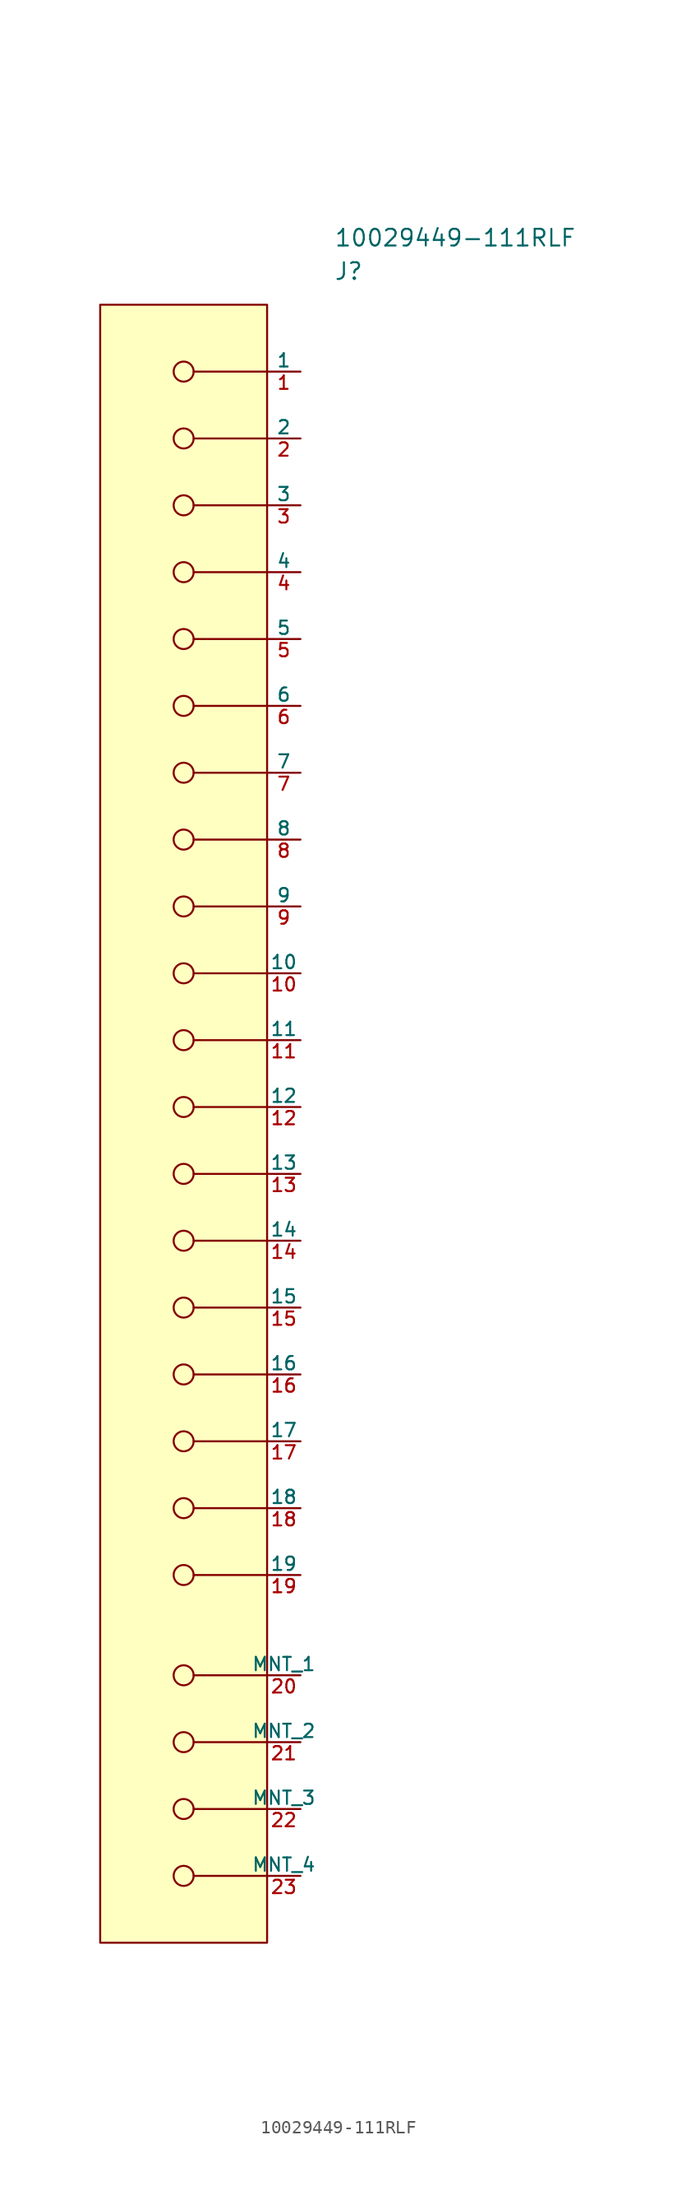
<source format=kicad_sym>
(kicad_symbol_lib
  (version 20211014)
  (generator kicad_symbol_editor)
  (symbol "10029449-111RLF"
    (pin_names
      (offset 0))
    (property "Reference" "J"
      (at 0 7.62 0)
      (effects (font (size 1.27 1.27)) (justify left)))
    (property "Value" "10029449-111RLF"
      (at 0 10.16 0)
      (effects (font (size 1.27 1.27)) (justify left)))
    (property "ki_locked" ""
      (at 0 0 0)
      (effects (font (size 1.27 1.27))))
    (symbol "10029449-111RLF_1_1"
      (rectangle (start -17.78 5.08) (end -5.08 -119.38) (stroke (width 0) (type default) (color 0 0 0 0)) (fill (type background)))
      (circle (center -11.43 -114.3) (radius 0.762) (stroke (width 0) (type default) (color 0 0 0 0)) (fill (type none)))
      (circle (center -11.43 -109.22) (radius 0.762) (stroke (width 0) (type default) (color 0 0 0 0)) (fill (type none)))
      (circle (center -11.43 -104.14) (radius 0.762) (stroke (width 0) (type default) (color 0 0 0 0)) (fill (type none)))
      (circle (center -11.43 -99.06) (radius 0.762) (stroke (width 0) (type default) (color 0 0 0 0)) (fill (type none)))
      (circle (center -11.43 -91.44) (radius 0.762) (stroke (width 0) (type default) (color 0 0 0 0)) (fill (type none)))
      (circle (center -11.43 -86.36) (radius 0.762) (stroke (width 0) (type default) (color 0 0 0 0)) (fill (type none)))
      (circle (center -11.43 -81.28) (radius 0.762) (stroke (width 0) (type default) (color 0 0 0 0)) (fill (type none)))
      (circle (center -11.43 -76.2) (radius 0.762) (stroke (width 0) (type default) (color 0 0 0 0)) (fill (type none)))
      (circle (center -11.43 -71.12) (radius 0.762) (stroke (width 0) (type default) (color 0 0 0 0)) (fill (type none)))
      (circle (center -11.43 -66.04) (radius 0.762) (stroke (width 0) (type default) (color 0 0 0 0)) (fill (type none)))
      (circle (center -11.43 -60.96) (radius 0.762) (stroke (width 0) (type default) (color 0 0 0 0)) (fill (type none)))
      (circle (center -11.43 -55.88) (radius 0.762) (stroke (width 0) (type default) (color 0 0 0 0)) (fill (type none)))
      (circle (center -11.43 -50.8) (radius 0.762) (stroke (width 0) (type default) (color 0 0 0 0)) (fill (type none)))
      (circle (center -11.43 -45.72) (radius 0.762) (stroke (width 0) (type default) (color 0 0 0 0)) (fill (type none)))
      (circle (center -11.43 -40.64) (radius 0.762) (stroke (width 0) (type default) (color 0 0 0 0)) (fill (type none)))
      (circle (center -11.43 -35.56) (radius 0.762) (stroke (width 0) (type default) (color 0 0 0 0)) (fill (type none)))
      (circle (center -11.43 -30.48) (radius 0.762) (stroke (width 0) (type default) (color 0 0 0 0)) (fill (type none)))
      (circle (center -11.43 -25.4) (radius 0.762) (stroke (width 0) (type default) (color 0 0 0 0)) (fill (type none)))
      (circle (center -11.43 -20.32) (radius 0.762) (stroke (width 0) (type default) (color 0 0 0 0)) (fill (type none)))
      (circle (center -11.43 -15.24) (radius 0.762) (stroke (width 0) (type default) (color 0 0 0 0)) (fill (type none)))
      (circle (center -11.43 -10.16) (radius 0.762) (stroke (width 0) (type default) (color 0 0 0 0)) (fill (type none)))
      (circle (center -11.43 -5.08) (radius 0.762) (stroke (width 0) (type default) (color 0 0 0 0)) (fill (type none)))
      (circle (center -11.43 0) (radius 0.762) (stroke (width 0) (type default) (color 0 0 0 0)) (fill (type none)))
      (polyline (pts (xy -10.668 -114.3) (xy -5.08 -114.3)) (stroke (width 0) (type default) (color 0 0 0 0)) (fill (type none)))
      (polyline (pts (xy -10.668 -109.22) (xy -5.08 -109.22)) (stroke (width 0) (type default) (color 0 0 0 0)) (fill (type none)))
      (polyline (pts (xy -10.668 -104.14) (xy -5.08 -104.14)) (stroke (width 0) (type default) (color 0 0 0 0)) (fill (type none)))
      (polyline (pts (xy -10.668 -99.06) (xy -5.08 -99.06)) (stroke (width 0) (type default) (color 0 0 0 0)) (fill (type none)))
      (polyline (pts (xy -10.668 -91.44) (xy -5.08 -91.44)) (stroke (width 0) (type default) (color 0 0 0 0)) (fill (type none)))
      (polyline (pts (xy -10.668 -86.36) (xy -5.08 -86.36)) (stroke (width 0) (type default) (color 0 0 0 0)) (fill (type none)))
      (polyline (pts (xy -10.668 -81.28) (xy -5.08 -81.28)) (stroke (width 0) (type default) (color 0 0 0 0)) (fill (type none)))
      (polyline (pts (xy -10.668 -76.2) (xy -5.08 -76.2)) (stroke (width 0) (type default) (color 0 0 0 0)) (fill (type none)))
      (polyline (pts (xy -10.668 -71.12) (xy -5.08 -71.12)) (stroke (width 0) (type default) (color 0 0 0 0)) (fill (type none)))
      (polyline (pts (xy -10.668 -66.04) (xy -5.08 -66.04)) (stroke (width 0) (type default) (color 0 0 0 0)) (fill (type none)))
      (polyline (pts (xy -10.668 -60.96) (xy -5.08 -60.96)) (stroke (width 0) (type default) (color 0 0 0 0)) (fill (type none)))
      (polyline (pts (xy -10.668 -55.88) (xy -5.08 -55.88)) (stroke (width 0) (type default) (color 0 0 0 0)) (fill (type none)))
      (polyline (pts (xy -10.668 -50.8) (xy -5.08 -50.8)) (stroke (width 0) (type default) (color 0 0 0 0)) (fill (type none)))
      (polyline (pts (xy -10.668 -45.72) (xy -5.08 -45.72)) (stroke (width 0) (type default) (color 0 0 0 0)) (fill (type none)))
      (polyline (pts (xy -10.668 -40.64) (xy -5.08 -40.64)) (stroke (width 0) (type default) (color 0 0 0 0)) (fill (type none)))
      (polyline (pts (xy -10.668 -35.56) (xy -5.08 -35.56)) (stroke (width 0) (type default) (color 0 0 0 0)) (fill (type none)))
      (polyline (pts (xy -10.668 -30.48) (xy -5.08 -30.48)) (stroke (width 0) (type default) (color 0 0 0 0)) (fill (type none)))
      (polyline (pts (xy -10.668 -25.4) (xy -5.08 -25.4)) (stroke (width 0) (type default) (color 0 0 0 0)) (fill (type none)))
      (polyline (pts (xy -10.668 -20.32) (xy -5.08 -20.32)) (stroke (width 0) (type default) (color 0 0 0 0)) (fill (type none)))
      (polyline (pts (xy -10.668 -15.24) (xy -5.08 -15.24)) (stroke (width 0) (type default) (color 0 0 0 0)) (fill (type none)))
      (polyline (pts (xy -10.668 -10.16) (xy -5.08 -10.16)) (stroke (width 0) (type default) (color 0 0 0 0)) (fill (type none)))
      (polyline (pts (xy -10.668 -5.08) (xy -5.08 -5.08)) (stroke (width 0) (type default) (color 0 0 0 0)) (fill (type none)))
      (polyline (pts (xy -10.668 0) (xy -5.08 0)) (stroke (width 0) (type default) (color 0 0 0 0)) (fill (type none)))
      (pin passive line (at -2.54 0 180) (length 2.54) (name "1" (effects (font (size 1.016 1.016)))) (number "1" (effects (font (size 1.016 1.016)))))
      (pin passive line (at -2.54 -45.72 180) (length 2.54) (name "10" (effects (font (size 1.016 1.016)))) (number "10" (effects (font (size 1.016 1.016)))))
      (pin passive line (at -2.54 -50.8 180) (length 2.54) (name "11" (effects (font (size 1.016 1.016)))) (number "11" (effects (font (size 1.016 1.016)))))
      (pin passive line (at -2.54 -55.88 180) (length 2.54) (name "12" (effects (font (size 1.016 1.016)))) (number "12" (effects (font (size 1.016 1.016)))))
      (pin passive line (at -2.54 -60.96 180) (length 2.54) (name "13" (effects (font (size 1.016 1.016)))) (number "13" (effects (font (size 1.016 1.016)))))
      (pin passive line (at -2.54 -66.04 180) (length 2.54) (name "14" (effects (font (size 1.016 1.016)))) (number "14" (effects (font (size 1.016 1.016)))))
      (pin passive line (at -2.54 -71.12 180) (length 2.54) (name "15" (effects (font (size 1.016 1.016)))) (number "15" (effects (font (size 1.016 1.016)))))
      (pin passive line (at -2.54 -76.2 180) (length 2.54) (name "16" (effects (font (size 1.016 1.016)))) (number "16" (effects (font (size 1.016 1.016)))))
      (pin passive line (at -2.54 -81.28 180) (length 2.54) (name "17" (effects (font (size 1.016 1.016)))) (number "17" (effects (font (size 1.016 1.016)))))
      (pin passive line (at -2.54 -86.36 180) (length 2.54) (name "18" (effects (font (size 1.016 1.016)))) (number "18" (effects (font (size 1.016 1.016)))))
      (pin passive line (at -2.54 -91.44 180) (length 2.54) (name "19" (effects (font (size 1.016 1.016)))) (number "19" (effects (font (size 1.016 1.016)))))
      (pin passive line (at -2.54 -5.08 180) (length 2.54) (name "2" (effects (font (size 1.016 1.016)))) (number "2" (effects (font (size 1.016 1.016)))))
      (pin passive line (at -2.54 -99.06 180) (length 2.54) (name "MNT_1" (effects (font (size 1.016 1.016)))) (number "20" (effects (font (size 1.016 1.016)))))
      (pin passive line (at -2.54 -104.14 180) (length 2.54) (name "MNT_2" (effects (font (size 1.016 1.016)))) (number "21" (effects (font (size 1.016 1.016)))))
      (pin passive line (at -2.54 -109.22 180) (length 2.54) (name "MNT_3" (effects (font (size 1.016 1.016)))) (number "22" (effects (font (size 1.016 1.016)))))
      (pin passive line (at -2.54 -114.3 180) (length 2.54) (name "MNT_4" (effects (font (size 1.016 1.016)))) (number "23" (effects (font (size 1.016 1.016)))))
      (pin passive line (at -2.54 -10.16 180) (length 2.54) (name "3" (effects (font (size 1.016 1.016)))) (number "3" (effects (font (size 1.016 1.016)))))
      (pin passive line (at -2.54 -15.24 180) (length 2.54) (name "4" (effects (font (size 1.016 1.016)))) (number "4" (effects (font (size 1.016 1.016)))))
      (pin passive line (at -2.54 -20.32 180) (length 2.54) (name "5" (effects (font (size 1.016 1.016)))) (number "5" (effects (font (size 1.016 1.016)))))
      (pin passive line (at -2.54 -25.4 180) (length 2.54) (name "6" (effects (font (size 1.016 1.016)))) (number "6" (effects (font (size 1.016 1.016)))))
      (pin passive line (at -2.54 -30.48 180) (length 2.54) (name "7" (effects (font (size 1.016 1.016)))) (number "7" (effects (font (size 1.016 1.016)))))
      (pin passive line (at -2.54 -35.56 180) (length 2.54) (name "8" (effects (font (size 1.016 1.016)))) (number "8" (effects (font (size 1.016 1.016)))))
      (pin passive line (at -2.54 -40.64 180) (length 2.54) (name "9" (effects (font (size 1.016 1.016)))) (number "9" (effects (font (size 1.016 1.016))))))))
</source>
